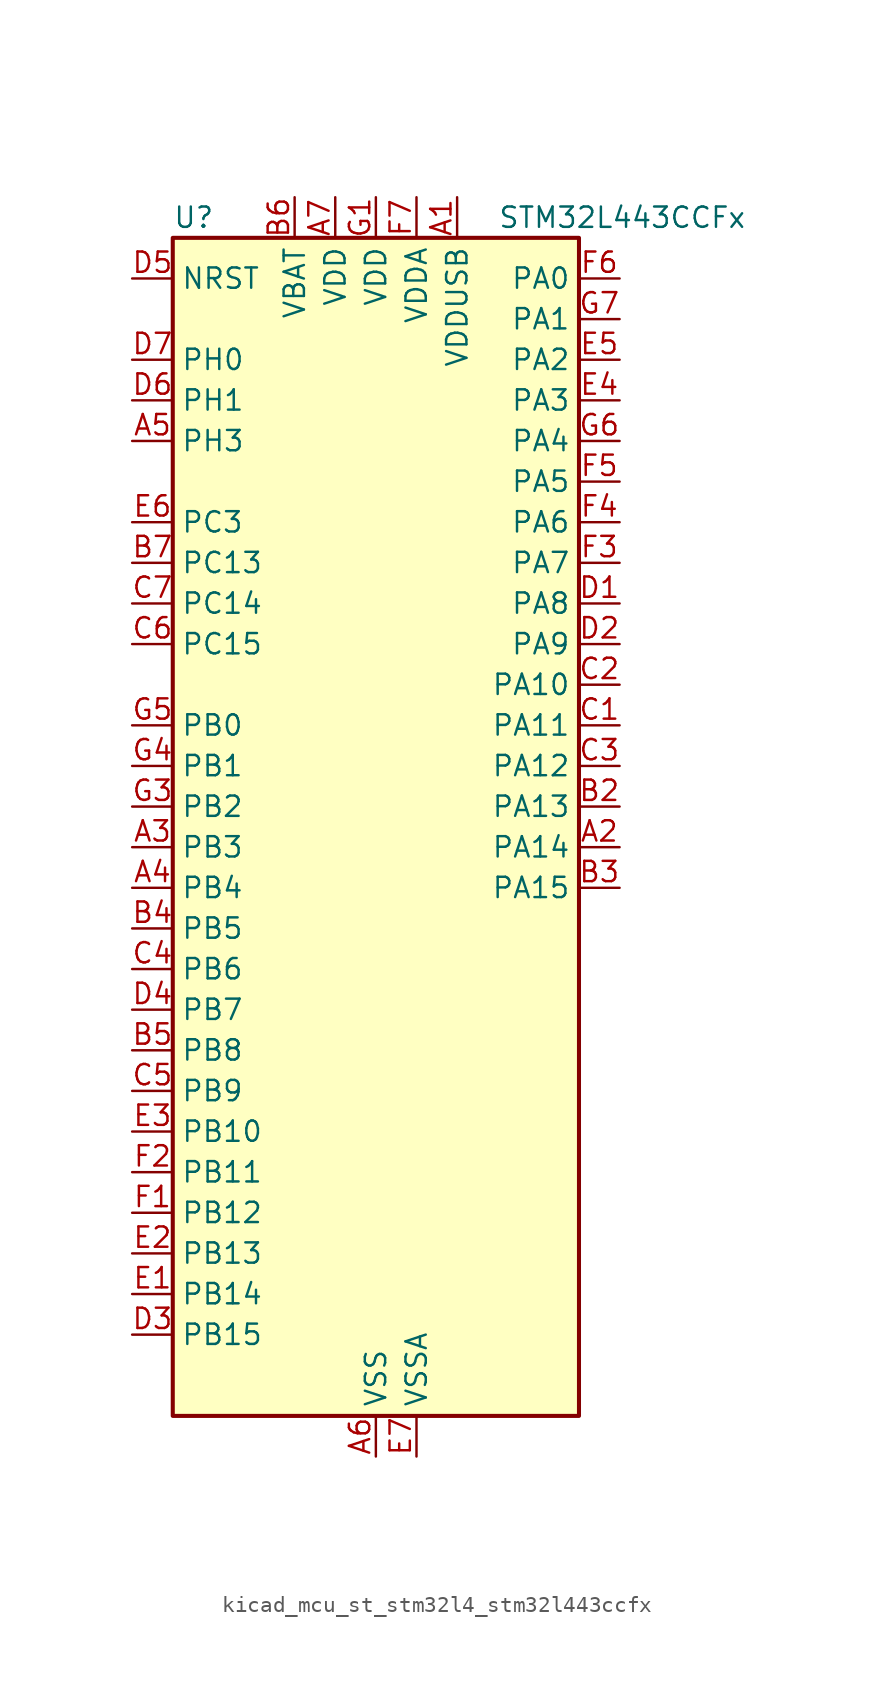
<source format=kicad_sym>
(kicad_symbol_lib
  (version 20220914)
  (generator kicad_symbol_editor)
  (symbol "kicad_mcu_st_stm32l4_stm32l443ccfx"
    (property "Reference" "U"
      (at -12.7 39.37 0)
      (effects (font (size 1.27 1.27)) (justify left)))
    (property "Value" "STM32L443CCFx"
      (at 7.62 39.37 0)
      (effects (font (size 1.27 1.27)) (justify left)))
    (property "ki_locked" ""
      (at 0 0 0)
      (effects (font (size 1.27 1.27))))
    (symbol "kicad_mcu_st_stm32l4_stm32l443ccfx_0_1"
      (rectangle (start -12.7 -35.56) (end 12.7 38.1) (stroke (width 0.254) (type default)) (fill (type background))))
    (symbol "kicad_mcu_st_stm32l4_stm32l443ccfx_1_1"
      (pin power_in line (at 5.08 40.64 270) (length 2.54) (name "VDDUSB" (effects (font (size 1.27 1.27)))) (number "A1" (effects (font (size 1.27 1.27)))))
      (pin bidirectional line (at 15.24 0 180) (length 2.54) (name "PA14" (effects (font (size 1.27 1.27)))) (number "A2" (effects (font (size 1.27 1.27)))) (alternate "I2C1_SMBA" bidirectional line) (alternate "LPTIM1_OUT" bidirectional line) (alternate "SAI1_FS_B" bidirectional line) (alternate "SWPMI1_RX" bidirectional line) (alternate "SYS_JTCK-SWCLK" bidirectional line))
      (pin bidirectional line (at -15.24 0 0) (length 2.54) (name "PB3" (effects (font (size 1.27 1.27)))) (number "A3" (effects (font (size 1.27 1.27)))) (alternate "COMP2_INM" bidirectional line) (alternate "LCD_SEG7" bidirectional line) (alternate "SAI1_SCK_B" bidirectional line) (alternate "SPI1_SCK" bidirectional line) (alternate "SPI3_SCK" bidirectional line) (alternate "SYS_JTDO-SWO" bidirectional line) (alternate "TIM2_CH2" bidirectional line) (alternate "USART1_DE" bidirectional line) (alternate "USART1_RTS" bidirectional line))
      (pin bidirectional line (at -15.24 -2.54 0) (length 2.54) (name "PB4" (effects (font (size 1.27 1.27)))) (number "A4" (effects (font (size 1.27 1.27)))) (alternate "COMP2_INP" bidirectional line) (alternate "I2C3_SDA" bidirectional line) (alternate "LCD_SEG8" bidirectional line) (alternate "SAI1_MCLK_B" bidirectional line) (alternate "SPI1_MISO" bidirectional line) (alternate "SPI3_MISO" bidirectional line) (alternate "SYS_JTRST" bidirectional line) (alternate "TSC_G2_IO1" bidirectional line) (alternate "USART1_CTS" bidirectional line))
      (pin bidirectional line (at -15.24 25.4 0) (length 2.54) (name "PH3" (effects (font (size 1.27 1.27)))) (number "A5" (effects (font (size 1.27 1.27)))))
      (pin power_in line (at 0 -38.1 90) (length 2.54) (name "VSS" (effects (font (size 1.27 1.27)))) (number "A6" (effects (font (size 1.27 1.27)))))
      (pin power_in line (at -2.54 40.64 270) (length 2.54) (name "VDD" (effects (font (size 1.27 1.27)))) (number "A7" (effects (font (size 1.27 1.27)))))
      (pin passive line (at 0 -38.1 90) (length 2.54) hide (name "VSS" (effects (font (size 1.27 1.27)))) (number "B1" (effects (font (size 1.27 1.27)))))
      (pin bidirectional line (at 15.24 2.54 180) (length 2.54) (name "PA13" (effects (font (size 1.27 1.27)))) (number "B2" (effects (font (size 1.27 1.27)))) (alternate "IR_OUT" bidirectional line) (alternate "SAI1_SD_B" bidirectional line) (alternate "SWPMI1_TX" bidirectional line) (alternate "SYS_JTMS-SWDIO" bidirectional line) (alternate "USB_NOE" bidirectional line))
      (pin bidirectional line (at 15.24 -2.54 180) (length 2.54) (name "PA15" (effects (font (size 1.27 1.27)))) (number "B3" (effects (font (size 1.27 1.27)))) (alternate "ADC1_EXTI15" bidirectional line) (alternate "LCD_SEG17" bidirectional line) (alternate "SPI1_NSS" bidirectional line) (alternate "SPI3_NSS" bidirectional line) (alternate "SWPMI1_SUSPEND" bidirectional line) (alternate "SYS_JTDI" bidirectional line) (alternate "TIM2_CH1" bidirectional line) (alternate "TIM2_ETR" bidirectional line) (alternate "USART2_RX" bidirectional line) (alternate "USART3_DE" bidirectional line) (alternate "USART3_RTS" bidirectional line))
      (pin bidirectional line (at -15.24 -5.08 0) (length 2.54) (name "PB5" (effects (font (size 1.27 1.27)))) (number "B4" (effects (font (size 1.27 1.27)))) (alternate "COMP2_OUT" bidirectional line) (alternate "I2C1_SMBA" bidirectional line) (alternate "LCD_SEG9" bidirectional line) (alternate "LPTIM1_IN1" bidirectional line) (alternate "SAI1_SD_B" bidirectional line) (alternate "SPI1_MOSI" bidirectional line) (alternate "SPI3_MOSI" bidirectional line) (alternate "TIM16_BKIN" bidirectional line) (alternate "TSC_G2_IO2" bidirectional line) (alternate "USART1_CK" bidirectional line))
      (pin bidirectional line (at -15.24 -12.7 0) (length 2.54) (name "PB8" (effects (font (size 1.27 1.27)))) (number "B5" (effects (font (size 1.27 1.27)))) (alternate "CAN1_RX" bidirectional line) (alternate "I2C1_SCL" bidirectional line) (alternate "LCD_SEG16" bidirectional line) (alternate "SAI1_MCLK_A" bidirectional line) (alternate "TIM16_CH1" bidirectional line))
      (pin power_in line (at -5.08 40.64 270) (length 2.54) (name "VBAT" (effects (font (size 1.27 1.27)))) (number "B6" (effects (font (size 1.27 1.27)))))
      (pin bidirectional line (at -15.24 17.78 0) (length 2.54) (name "PC13" (effects (font (size 1.27 1.27)))) (number "B7" (effects (font (size 1.27 1.27)))) (alternate "RTC_OUT_ALARM" bidirectional line) (alternate "RTC_OUT_CALIB" bidirectional line) (alternate "RTC_TAMP1" bidirectional line) (alternate "RTC_TS" bidirectional line) (alternate "SYS_WKUP2" bidirectional line))
      (pin bidirectional line (at 15.24 7.62 180) (length 2.54) (name "PA11" (effects (font (size 1.27 1.27)))) (number "C1" (effects (font (size 1.27 1.27)))) (alternate "ADC1_EXTI11" bidirectional line) (alternate "CAN1_RX" bidirectional line) (alternate "COMP1_OUT" bidirectional line) (alternate "SPI1_MISO" bidirectional line) (alternate "TIM1_BKIN2" bidirectional line) (alternate "TIM1_BKIN2_COMP1" bidirectional line) (alternate "TIM1_CH4" bidirectional line) (alternate "USART1_CTS" bidirectional line) (alternate "USB_DM" bidirectional line))
      (pin bidirectional line (at 15.24 10.16 180) (length 2.54) (name "PA10" (effects (font (size 1.27 1.27)))) (number "C2" (effects (font (size 1.27 1.27)))) (alternate "CRS_SYNC" bidirectional line) (alternate "I2C1_SDA" bidirectional line) (alternate "LCD_COM2" bidirectional line) (alternate "SAI1_SD_A" bidirectional line) (alternate "TIM1_CH3" bidirectional line) (alternate "USART1_RX" bidirectional line))
      (pin bidirectional line (at 15.24 5.08 180) (length 2.54) (name "PA12" (effects (font (size 1.27 1.27)))) (number "C3" (effects (font (size 1.27 1.27)))) (alternate "CAN1_TX" bidirectional line) (alternate "SPI1_MOSI" bidirectional line) (alternate "TIM1_ETR" bidirectional line) (alternate "USART1_DE" bidirectional line) (alternate "USART1_RTS" bidirectional line) (alternate "USB_DP" bidirectional line))
      (pin bidirectional line (at -15.24 -7.62 0) (length 2.54) (name "PB6" (effects (font (size 1.27 1.27)))) (number "C4" (effects (font (size 1.27 1.27)))) (alternate "COMP2_INP" bidirectional line) (alternate "I2C1_SCL" bidirectional line) (alternate "LPTIM1_ETR" bidirectional line) (alternate "SAI1_FS_B" bidirectional line) (alternate "TIM16_CH1N" bidirectional line) (alternate "TSC_G2_IO3" bidirectional line) (alternate "USART1_TX" bidirectional line))
      (pin bidirectional line (at -15.24 -15.24 0) (length 2.54) (name "PB9" (effects (font (size 1.27 1.27)))) (number "C5" (effects (font (size 1.27 1.27)))) (alternate "CAN1_TX" bidirectional line) (alternate "DAC1_EXTI9" bidirectional line) (alternate "I2C1_SDA" bidirectional line) (alternate "IR_OUT" bidirectional line) (alternate "LCD_COM3" bidirectional line) (alternate "SAI1_FS_A" bidirectional line) (alternate "SPI2_NSS" bidirectional line))
      (pin bidirectional line (at -15.24 12.7 0) (length 2.54) (name "PC15" (effects (font (size 1.27 1.27)))) (number "C6" (effects (font (size 1.27 1.27)))) (alternate "ADC1_EXTI15" bidirectional line) (alternate "RCC_OSC32_OUT" bidirectional line))
      (pin bidirectional line (at -15.24 15.24 0) (length 2.54) (name "PC14" (effects (font (size 1.27 1.27)))) (number "C7" (effects (font (size 1.27 1.27)))) (alternate "RCC_OSC32_IN" bidirectional line))
      (pin bidirectional line (at 15.24 15.24 180) (length 2.54) (name "PA8" (effects (font (size 1.27 1.27)))) (number "D1" (effects (font (size 1.27 1.27)))) (alternate "LCD_COM0" bidirectional line) (alternate "LPTIM2_OUT" bidirectional line) (alternate "RCC_MCO" bidirectional line) (alternate "SAI1_SCK_A" bidirectional line) (alternate "SWPMI1_IO" bidirectional line) (alternate "TIM1_CH1" bidirectional line) (alternate "USART1_CK" bidirectional line))
      (pin bidirectional line (at 15.24 12.7 180) (length 2.54) (name "PA9" (effects (font (size 1.27 1.27)))) (number "D2" (effects (font (size 1.27 1.27)))) (alternate "DAC1_EXTI9" bidirectional line) (alternate "I2C1_SCL" bidirectional line) (alternate "LCD_COM1" bidirectional line) (alternate "SAI1_FS_A" bidirectional line) (alternate "TIM15_BKIN" bidirectional line) (alternate "TIM1_CH2" bidirectional line) (alternate "USART1_TX" bidirectional line))
      (pin bidirectional line (at -15.24 -30.48 0) (length 2.54) (name "PB15" (effects (font (size 1.27 1.27)))) (number "D3" (effects (font (size 1.27 1.27)))) (alternate "ADC1_EXTI15" bidirectional line) (alternate "LCD_SEG15" bidirectional line) (alternate "RTC_REFIN" bidirectional line) (alternate "SAI1_SD_A" bidirectional line) (alternate "SPI2_MOSI" bidirectional line) (alternate "SWPMI1_SUSPEND" bidirectional line) (alternate "TIM15_CH2" bidirectional line) (alternate "TIM1_CH3N" bidirectional line) (alternate "TSC_G1_IO4" bidirectional line))
      (pin bidirectional line (at -15.24 -10.16 0) (length 2.54) (name "PB7" (effects (font (size 1.27 1.27)))) (number "D4" (effects (font (size 1.27 1.27)))) (alternate "COMP2_INM" bidirectional line) (alternate "I2C1_SDA" bidirectional line) (alternate "LCD_SEG21" bidirectional line) (alternate "LPTIM1_IN2" bidirectional line) (alternate "SYS_PVD_IN" bidirectional line) (alternate "TSC_G2_IO4" bidirectional line) (alternate "USART1_RX" bidirectional line))
      (pin input line (at -15.24 35.56 0) (length 2.54) (name "NRST" (effects (font (size 1.27 1.27)))) (number "D5" (effects (font (size 1.27 1.27)))))
      (pin bidirectional line (at -15.24 27.94 0) (length 2.54) (name "PH1" (effects (font (size 1.27 1.27)))) (number "D6" (effects (font (size 1.27 1.27)))) (alternate "RCC_OSC_OUT" bidirectional line))
      (pin bidirectional line (at -15.24 30.48 0) (length 2.54) (name "PH0" (effects (font (size 1.27 1.27)))) (number "D7" (effects (font (size 1.27 1.27)))) (alternate "RCC_OSC_IN" bidirectional line))
      (pin bidirectional line (at -15.24 -27.94 0) (length 2.54) (name "PB14" (effects (font (size 1.27 1.27)))) (number "E1" (effects (font (size 1.27 1.27)))) (alternate "I2C2_SDA" bidirectional line) (alternate "LCD_SEG14" bidirectional line) (alternate "SAI1_MCLK_A" bidirectional line) (alternate "SPI2_MISO" bidirectional line) (alternate "SWPMI1_RX" bidirectional line) (alternate "TIM15_CH1" bidirectional line) (alternate "TIM1_CH2N" bidirectional line) (alternate "TSC_G1_IO3" bidirectional line) (alternate "USART3_DE" bidirectional line) (alternate "USART3_RTS" bidirectional line))
      (pin bidirectional line (at -15.24 -25.4 0) (length 2.54) (name "PB13" (effects (font (size 1.27 1.27)))) (number "E2" (effects (font (size 1.27 1.27)))) (alternate "I2C2_SCL" bidirectional line) (alternate "LCD_SEG13" bidirectional line) (alternate "LPUART1_CTS" bidirectional line) (alternate "SAI1_SCK_A" bidirectional line) (alternate "SPI2_SCK" bidirectional line) (alternate "SWPMI1_TX" bidirectional line) (alternate "TIM15_CH1N" bidirectional line) (alternate "TIM1_CH1N" bidirectional line) (alternate "TSC_G1_IO2" bidirectional line) (alternate "USART3_CTS" bidirectional line))
      (pin bidirectional line (at -15.24 -17.78 0) (length 2.54) (name "PB10" (effects (font (size 1.27 1.27)))) (number "E3" (effects (font (size 1.27 1.27)))) (alternate "COMP1_OUT" bidirectional line) (alternate "I2C2_SCL" bidirectional line) (alternate "LCD_SEG10" bidirectional line) (alternate "LPUART1_RX" bidirectional line) (alternate "QUADSPI_CLK" bidirectional line) (alternate "SAI1_SCK_A" bidirectional line) (alternate "SPI2_SCK" bidirectional line) (alternate "TIM2_CH3" bidirectional line) (alternate "TSC_SYNC" bidirectional line) (alternate "USART3_TX" bidirectional line))
      (pin bidirectional line (at 15.24 27.94 180) (length 2.54) (name "PA3" (effects (font (size 1.27 1.27)))) (number "E4" (effects (font (size 1.27 1.27)))) (alternate "ADC1_IN8" bidirectional line) (alternate "COMP2_INP" bidirectional line) (alternate "LCD_SEG2" bidirectional line) (alternate "LPUART1_RX" bidirectional line) (alternate "OPAMP1_VOUT" bidirectional line) (alternate "QUADSPI_CLK" bidirectional line) (alternate "SAI1_MCLK_A" bidirectional line) (alternate "TIM15_CH2" bidirectional line) (alternate "TIM2_CH4" bidirectional line) (alternate "USART2_RX" bidirectional line))
      (pin bidirectional line (at 15.24 30.48 180) (length 2.54) (name "PA2" (effects (font (size 1.27 1.27)))) (number "E5" (effects (font (size 1.27 1.27)))) (alternate "ADC1_IN7" bidirectional line) (alternate "COMP2_INM" bidirectional line) (alternate "COMP2_OUT" bidirectional line) (alternate "LCD_SEG1" bidirectional line) (alternate "LPUART1_TX" bidirectional line) (alternate "QUADSPI_BK1_NCS" bidirectional line) (alternate "RCC_LSCO" bidirectional line) (alternate "SYS_WKUP4" bidirectional line) (alternate "TIM15_CH1" bidirectional line) (alternate "TIM2_CH3" bidirectional line) (alternate "USART2_TX" bidirectional line))
      (pin bidirectional line (at -15.24 20.32 0) (length 2.54) (name "PC3" (effects (font (size 1.27 1.27)))) (number "E6" (effects (font (size 1.27 1.27)))) (alternate "ADC1_IN4" bidirectional line) (alternate "LCD_VLCD" bidirectional line) (alternate "LPTIM1_ETR" bidirectional line) (alternate "LPTIM2_ETR" bidirectional line) (alternate "SAI1_SD_A" bidirectional line) (alternate "SPI2_MOSI" bidirectional line))
      (pin power_in line (at 2.54 -38.1 90) (length 2.54) (name "VSSA" (effects (font (size 1.27 1.27)))) (number "E7" (effects (font (size 1.27 1.27)))))
      (pin bidirectional line (at -15.24 -22.86 0) (length 2.54) (name "PB12" (effects (font (size 1.27 1.27)))) (number "F1" (effects (font (size 1.27 1.27)))) (alternate "I2C2_SMBA" bidirectional line) (alternate "LCD_SEG12" bidirectional line) (alternate "LPUART1_DE" bidirectional line) (alternate "LPUART1_RTS" bidirectional line) (alternate "SAI1_FS_A" bidirectional line) (alternate "SPI2_NSS" bidirectional line) (alternate "SWPMI1_IO" bidirectional line) (alternate "TIM15_BKIN" bidirectional line) (alternate "TIM1_BKIN" bidirectional line) (alternate "TIM1_BKIN_COMP2" bidirectional line) (alternate "TSC_G1_IO1" bidirectional line) (alternate "USART3_CK" bidirectional line))
      (pin bidirectional line (at -15.24 -20.32 0) (length 2.54) (name "PB11" (effects (font (size 1.27 1.27)))) (number "F2" (effects (font (size 1.27 1.27)))) (alternate "ADC1_EXTI11" bidirectional line) (alternate "COMP2_OUT" bidirectional line) (alternate "I2C2_SDA" bidirectional line) (alternate "LCD_SEG11" bidirectional line) (alternate "LPUART1_TX" bidirectional line) (alternate "QUADSPI_BK1_NCS" bidirectional line) (alternate "TIM2_CH4" bidirectional line) (alternate "USART3_RX" bidirectional line))
      (pin bidirectional line (at 15.24 17.78 180) (length 2.54) (name "PA7" (effects (font (size 1.27 1.27)))) (number "F3" (effects (font (size 1.27 1.27)))) (alternate "ADC1_IN12" bidirectional line) (alternate "COMP2_OUT" bidirectional line) (alternate "I2C3_SCL" bidirectional line) (alternate "LCD_SEG4" bidirectional line) (alternate "QUADSPI_BK1_IO2" bidirectional line) (alternate "SPI1_MOSI" bidirectional line) (alternate "TIM1_CH1N" bidirectional line))
      (pin bidirectional line (at 15.24 20.32 180) (length 2.54) (name "PA6" (effects (font (size 1.27 1.27)))) (number "F4" (effects (font (size 1.27 1.27)))) (alternate "ADC1_IN11" bidirectional line) (alternate "COMP1_OUT" bidirectional line) (alternate "LCD_SEG3" bidirectional line) (alternate "LPUART1_CTS" bidirectional line) (alternate "QUADSPI_BK1_IO3" bidirectional line) (alternate "SPI1_MISO" bidirectional line) (alternate "TIM16_CH1" bidirectional line) (alternate "TIM1_BKIN" bidirectional line) (alternate "TIM1_BKIN_COMP2" bidirectional line) (alternate "USART3_CTS" bidirectional line))
      (pin bidirectional line (at 15.24 22.86 180) (length 2.54) (name "PA5" (effects (font (size 1.27 1.27)))) (number "F5" (effects (font (size 1.27 1.27)))) (alternate "ADC1_IN10" bidirectional line) (alternate "COMP1_INM" bidirectional line) (alternate "COMP2_INM" bidirectional line) (alternate "DAC1_OUT2" bidirectional line) (alternate "LPTIM2_ETR" bidirectional line) (alternate "SPI1_SCK" bidirectional line) (alternate "TIM2_CH1" bidirectional line) (alternate "TIM2_ETR" bidirectional line))
      (pin bidirectional line (at 15.24 35.56 180) (length 2.54) (name "PA0" (effects (font (size 1.27 1.27)))) (number "F6" (effects (font (size 1.27 1.27)))) (alternate "ADC1_IN5" bidirectional line) (alternate "COMP1_INM" bidirectional line) (alternate "COMP1_OUT" bidirectional line) (alternate "OPAMP1_VINP" bidirectional line) (alternate "RTC_TAMP2" bidirectional line) (alternate "SAI1_EXTCLK" bidirectional line) (alternate "SYS_WKUP1" bidirectional line) (alternate "TIM2_CH1" bidirectional line) (alternate "TIM2_ETR" bidirectional line) (alternate "USART2_CTS" bidirectional line))
      (pin power_in line (at 2.54 40.64 270) (length 2.54) (name "VDDA" (effects (font (size 1.27 1.27)))) (number "F7" (effects (font (size 1.27 1.27)))))
      (pin power_in line (at 0 40.64 270) (length 2.54) (name "VDD" (effects (font (size 1.27 1.27)))) (number "G1" (effects (font (size 1.27 1.27)))))
      (pin passive line (at 0 -38.1 90) (length 2.54) hide (name "VSS" (effects (font (size 1.27 1.27)))) (number "G2" (effects (font (size 1.27 1.27)))))
      (pin bidirectional line (at -15.24 2.54 0) (length 2.54) (name "PB2" (effects (font (size 1.27 1.27)))) (number "G3" (effects (font (size 1.27 1.27)))) (alternate "COMP1_INP" bidirectional line) (alternate "I2C3_SMBA" bidirectional line) (alternate "LCD_VLCD" bidirectional line) (alternate "LPTIM1_OUT" bidirectional line) (alternate "RTC_OUT_ALARM" bidirectional line) (alternate "RTC_OUT_CALIB" bidirectional line))
      (pin bidirectional line (at -15.24 5.08 0) (length 2.54) (name "PB1" (effects (font (size 1.27 1.27)))) (number "G4" (effects (font (size 1.27 1.27)))) (alternate "ADC1_IN16" bidirectional line) (alternate "COMP1_INM" bidirectional line) (alternate "LCD_SEG6" bidirectional line) (alternate "LPTIM2_IN1" bidirectional line) (alternate "LPUART1_DE" bidirectional line) (alternate "LPUART1_RTS" bidirectional line) (alternate "QUADSPI_BK1_IO0" bidirectional line) (alternate "TIM1_CH3N" bidirectional line) (alternate "USART3_DE" bidirectional line) (alternate "USART3_RTS" bidirectional line))
      (pin bidirectional line (at -15.24 7.62 0) (length 2.54) (name "PB0" (effects (font (size 1.27 1.27)))) (number "G5" (effects (font (size 1.27 1.27)))) (alternate "ADC1_IN15" bidirectional line) (alternate "COMP1_OUT" bidirectional line) (alternate "LCD_SEG5" bidirectional line) (alternate "QUADSPI_BK1_IO1" bidirectional line) (alternate "SAI1_EXTCLK" bidirectional line) (alternate "SPI1_NSS" bidirectional line) (alternate "TIM1_CH2N" bidirectional line) (alternate "USART3_CK" bidirectional line))
      (pin bidirectional line (at 15.24 25.4 180) (length 2.54) (name "PA4" (effects (font (size 1.27 1.27)))) (number "G6" (effects (font (size 1.27 1.27)))) (alternate "ADC1_IN9" bidirectional line) (alternate "COMP1_INM" bidirectional line) (alternate "COMP2_INM" bidirectional line) (alternate "DAC1_OUT1" bidirectional line) (alternate "LPTIM2_OUT" bidirectional line) (alternate "SAI1_FS_B" bidirectional line) (alternate "SPI1_NSS" bidirectional line) (alternate "SPI3_NSS" bidirectional line) (alternate "USART2_CK" bidirectional line))
      (pin bidirectional line (at 15.24 33.02 180) (length 2.54) (name "PA1" (effects (font (size 1.27 1.27)))) (number "G7" (effects (font (size 1.27 1.27)))) (alternate "ADC1_IN6" bidirectional line) (alternate "COMP1_INP" bidirectional line) (alternate "I2C1_SMBA" bidirectional line) (alternate "LCD_SEG0" bidirectional line) (alternate "OPAMP1_VINM" bidirectional line) (alternate "SPI1_SCK" bidirectional line) (alternate "TIM15_CH1N" bidirectional line) (alternate "TIM2_CH2" bidirectional line) (alternate "USART2_DE" bidirectional line) (alternate "USART2_RTS" bidirectional line)))))
</source>
